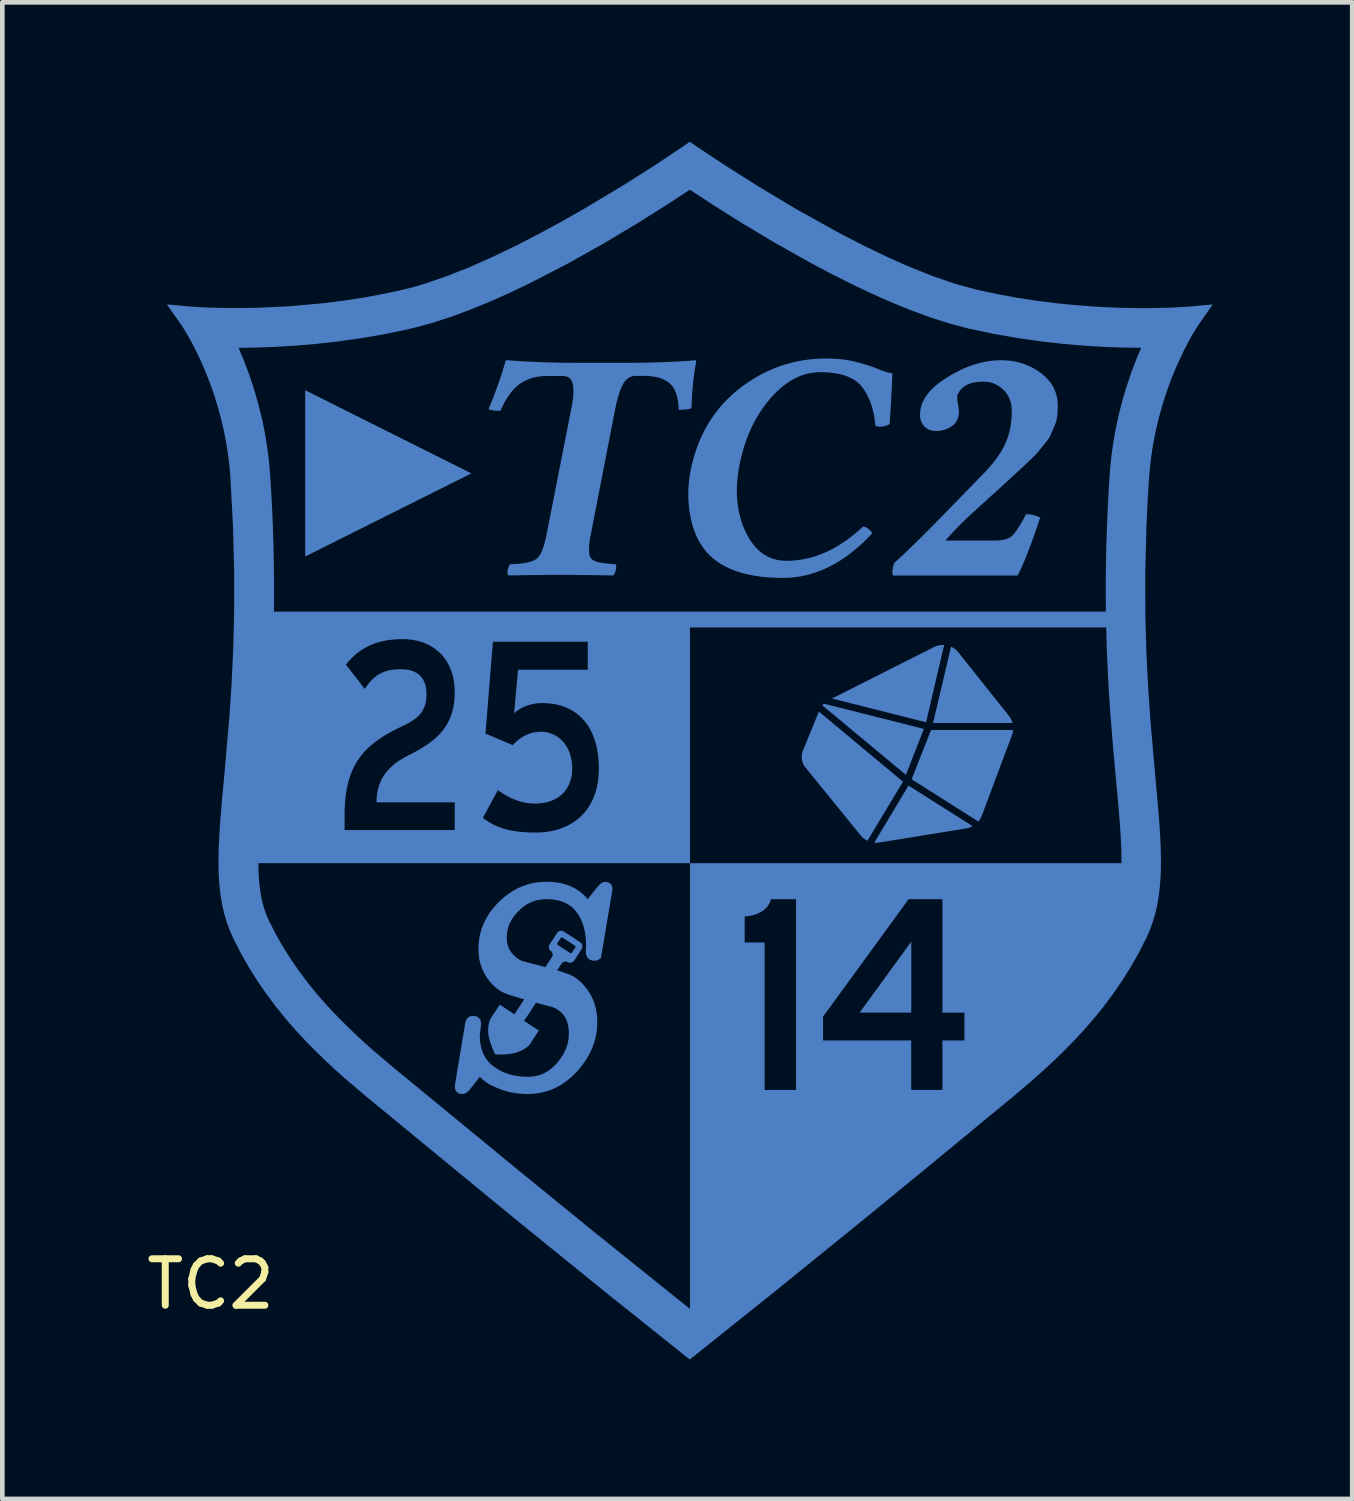
<source format=kicad_pcb>
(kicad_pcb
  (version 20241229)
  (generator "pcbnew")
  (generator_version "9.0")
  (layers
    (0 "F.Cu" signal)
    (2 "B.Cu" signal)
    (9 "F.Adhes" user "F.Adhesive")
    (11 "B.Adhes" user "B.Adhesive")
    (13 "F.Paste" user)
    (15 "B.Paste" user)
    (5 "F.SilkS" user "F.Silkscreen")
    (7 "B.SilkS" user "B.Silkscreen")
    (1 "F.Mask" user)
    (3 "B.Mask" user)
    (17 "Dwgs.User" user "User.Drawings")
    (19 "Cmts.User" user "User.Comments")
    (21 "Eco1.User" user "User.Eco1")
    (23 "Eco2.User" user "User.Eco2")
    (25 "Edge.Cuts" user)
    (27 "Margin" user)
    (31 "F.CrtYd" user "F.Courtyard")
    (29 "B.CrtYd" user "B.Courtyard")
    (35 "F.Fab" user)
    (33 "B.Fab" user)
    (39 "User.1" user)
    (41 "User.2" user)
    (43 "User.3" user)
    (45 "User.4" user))
  (footprint "TC2"
    (layer "F.Cu")
    (at 11.732 11.58)
    (property "Reference" "TC2" (at -10.25 13 0) (layer "F.SilkS") (effects (font (size 1 1) (thickness 0.15))))
    (attr exclude_from_pos_files exclude_from_bom allow_missing_courtyard)
    (fp_poly (pts (xy -4.64 -4.444) (xy -8.215 -2.656) (xy -8.215 -6.233)) (stroke (width -0.000001) (type solid)) (fill yes) (layer "B.Cu"))
    (fp_poly (pts (xy 4.826 7.158) (xy 3.715 7.158) (xy 4.826 5.631)) (stroke (width -0.000001) (type solid)) (fill yes) (layer "B.Cu"))
    (fp_poly (pts (xy 7.004 0.927) (xy 7.004 0.927) (xy 7.004 0.927)) (stroke (width -0.000001) (type solid)) (fill yes) (layer "B.Cu"))
    (fp_poly (pts (xy 5.096 1.054) (xy 4.71 2.043) (xy 2.911 0.546) (xy 2.943 0.511)) (stroke (width -0.000001) (type solid)) (fill yes) (layer "B.Cu"))
    (fp_poly (pts (xy 5.519 -0.752) (xy 5.533 -0.751) (xy 5.144 0.911) (xy 3.12 0.4) (xy 5.311 -0.706) (xy 5.324 -0.712) (xy 5.337 -0.719) (xy 5.35 -0.724) (xy 5.364 -0.729) (xy 5.378 -0.734) (xy 5.392 -0.738) (xy 5.406 -0.741) (xy 5.42 -0.744) (xy 5.434 -0.747) (xy 5.448 -0.749) (xy 5.462 -0.75) (xy 5.477 -0.751) (xy 5.491 -0.752) (xy 5.505 -0.752)) (stroke (width -0.000001) (type solid)) (fill yes) (layer "B.Cu"))
    (fp_poly (pts (xy 6.147 3.147) (xy 6.139 3.151) (xy 6.131 3.155) (xy 6.122 3.159) (xy 6.114 3.163) (xy 6.106 3.167) (xy 6.097 3.17) (xy 6.089 3.173) (xy 6.08 3.176) (xy 6.071 3.179) (xy 6.062 3.182) (xy 6.045 3.187) (xy 6.027 3.191) (xy 6.009 3.194) (xy 4.136 3.498) (xy 4.123 3.5) (xy 4.11 3.501) (xy 4.096 3.502) (xy 4.083 3.503) (xy 4.07 3.503) (xy 4.056 3.502) (xy 4.043 3.502) (xy 4.03 3.501) (xy 4.766 2.273)) (stroke (width -0.000001) (type solid)) (fill yes) (layer "B.Cu"))
    (fp_poly (pts (xy 7.015 1.092) (xy 7.013 1.107) (xy 7.01 1.121) (xy 7.007 1.135) (xy 7.004 1.149) (xy 7 1.163) (xy 6.995 1.177) (xy 6.991 1.191) (xy 6.343 2.922) (xy 6.339 2.93) (xy 6.335 2.939) (xy 6.332 2.948) (xy 6.328 2.956) (xy 6.324 2.964) (xy 6.319 2.972) (xy 6.315 2.98) (xy 6.31 2.988) (xy 6.306 2.995) (xy 6.301 3.003) (xy 6.296 3.01) (xy 6.291 3.018) (xy 6.285 3.025) (xy 6.28 3.032) (xy 6.274 3.039) (xy 6.268 3.046) (xy 4.834 2.138) (xy 5.245 1.091) (xy 5.255 1.093) (xy 5.26 1.077) (xy 7.017 1.077)) (stroke (width -0.000001) (type solid)) (fill yes) (layer "B.Cu"))
    (fp_poly (pts (xy 5.692 -0.709) (xy 5.704 -0.703) (xy 5.715 -0.697) (xy 5.726 -0.691) (xy 5.736 -0.685) (xy 5.747 -0.678) (xy 5.757 -0.671) (xy 5.767 -0.664) (xy 5.777 -0.656) (xy 5.787 -0.648) (xy 5.796 -0.64) (xy 5.806 -0.631) (xy 5.815 -0.622) (xy 5.823 -0.612) (xy 5.832 -0.602) (xy 5.84 -0.592) (xy 6.927 0.773) (xy 6.934 0.782) (xy 6.941 0.791) (xy 6.947 0.8) (xy 6.953 0.809) (xy 6.958 0.819) (xy 6.964 0.828) (xy 6.969 0.837) (xy 6.974 0.847) (xy 6.978 0.857) (xy 6.982 0.866) (xy 6.987 0.876) (xy 6.991 0.886) (xy 6.994 0.896) (xy 6.998 0.906) (xy 7.001 0.916) (xy 7.004 0.927) (xy 5.295 0.927) (xy 5.681 -0.714)) (stroke (width -0.000001) (type solid)) (fill yes) (layer "B.Cu"))
    (fp_poly (pts (xy 4.647 2.189) (xy 3.882 3.461) (xy 3.872 3.456) (xy 3.862 3.451) (xy 3.852 3.445) (xy 3.843 3.439) (xy 3.833 3.433) (xy 3.824 3.426) (xy 3.815 3.419) (xy 3.806 3.412) (xy 3.797 3.405) (xy 3.788 3.398) (xy 3.779 3.39) (xy 3.771 3.382) (xy 3.762 3.374) (xy 3.754 3.365) (xy 3.747 3.356) (xy 3.739 3.348) (xy 2.551 1.887) (xy 2.536 1.868) (xy 2.523 1.848) (xy 2.511 1.827) (xy 2.501 1.806) (xy 2.492 1.784) (xy 2.485 1.761) (xy 2.479 1.738) (xy 2.474 1.715) (xy 2.471 1.692) (xy 2.47 1.668) (xy 2.47 1.644) (xy 2.471 1.621) (xy 2.474 1.597) (xy 2.479 1.574) (xy 2.485 1.55) (xy 2.493 1.527) (xy 2.837 0.681)) (stroke (width -0.000001) (type solid)) (fill yes) (layer "B.Cu"))
    (fp_poly (pts (xy 3.08 -6.914) (xy 3.167 -6.911) (xy 3.252 -6.906) (xy 3.334 -6.898) (xy 3.413 -6.888) (xy 3.489 -6.875) (xy 3.562 -6.861) (xy 3.633 -6.844) (xy 3.701 -6.826) (xy 3.767 -6.808) (xy 3.829 -6.789) (xy 3.89 -6.771) (xy 3.947 -6.752) (xy 4.002 -6.733) (xy 4.054 -6.713) (xy 4.104 -6.693) (xy 4.152 -6.674) (xy 4.197 -6.657) (xy 4.239 -6.642) (xy 4.279 -6.629) (xy 4.318 -6.617) (xy 4.353 -6.608) (xy 4.387 -6.601) (xy 4.419 -6.595) (xy 4.405 -6.264) (xy 4.39 -5.972) (xy 4.374 -5.718) (xy 4.358 -5.503) (xy 4.337 -5.492) (xy 4.316 -5.483) (xy 4.296 -5.475) (xy 4.275 -5.468) (xy 4.255 -5.462) (xy 4.236 -5.457) (xy 4.216 -5.453) (xy 4.197 -5.451) (xy 4.178 -5.449) (xy 4.16 -5.449) (xy 4.141 -5.449) (xy 4.123 -5.451) (xy 4.106 -5.454) (xy 4.088 -5.458) (xy 4.071 -5.462) (xy 4.054 -5.468) (xy 4.047 -5.535) (xy 4.039 -5.601) (xy 4.029 -5.664) (xy 4.017 -5.725) (xy 4.004 -5.785) (xy 3.989 -5.843) (xy 3.973 -5.898) (xy 3.955 -5.953) (xy 3.935 -6.005) (xy 3.914 -6.055) (xy 3.892 -6.103) (xy 3.867 -6.15) (xy 3.842 -6.195) (xy 3.814 -6.238) (xy 3.785 -6.279) (xy 3.755 -6.318) (xy 3.739 -6.336) (xy 3.722 -6.355) (xy 3.705 -6.372) (xy 3.686 -6.389) (xy 3.667 -6.406) (xy 3.647 -6.421) (xy 3.627 -6.437) (xy 3.606 -6.451) (xy 3.561 -6.478) (xy 3.513 -6.503) (xy 3.462 -6.526) (xy 3.408 -6.546) (xy 3.351 -6.564) (xy 3.291 -6.579) (xy 3.228 -6.592) (xy 3.162 -6.603) (xy 3.093 -6.611) (xy 3.021 -6.617) (xy 2.946 -6.621) (xy 2.869 -6.622) (xy 2.795 -6.62) (xy 2.721 -6.613) (xy 2.649 -6.602) (xy 2.578 -6.586) (xy 2.507 -6.565) (xy 2.437 -6.541) (xy 2.368 -6.511) (xy 2.3 -6.477) (xy 2.233 -6.439) (xy 2.167 -6.396) (xy 2.101 -6.349) (xy 2.036 -6.297) (xy 1.972 -6.241) (xy 1.908 -6.18) (xy 1.846 -6.115) (xy 1.784 -6.045) (xy 1.724 -5.972) (xy 1.666 -5.897) (xy 1.611 -5.82) (xy 1.558 -5.741) (xy 1.509 -5.659) (xy 1.461 -5.576) (xy 1.417 -5.49) (xy 1.375 -5.403) (xy 1.335 -5.313) (xy 1.298 -5.221) (xy 1.264 -5.127) (xy 1.232 -5.031) (xy 1.203 -4.933) (xy 1.176 -4.833) (xy 1.152 -4.731) (xy 1.13 -4.627) (xy 1.112 -4.524) (xy 1.097 -4.422) (xy 1.085 -4.322) (xy 1.078 -4.224) (xy 1.073 -4.127) (xy 1.073 -4.032) (xy 1.076 -3.939) (xy 1.083 -3.847) (xy 1.093 -3.758) (xy 1.107 -3.67) (xy 1.124 -3.583) (xy 1.145 -3.498) (xy 1.17 -3.416) (xy 1.198 -3.334) (xy 1.23 -3.255) (xy 1.265 -3.177) (xy 1.303 -3.103) (xy 1.344 -3.033) (xy 1.387 -2.968) (xy 1.431 -2.908) (xy 1.478 -2.853) (xy 1.503 -2.827) (xy 1.528 -2.803) (xy 1.553 -2.779) (xy 1.579 -2.757) (xy 1.606 -2.736) (xy 1.633 -2.716) (xy 1.66 -2.698) (xy 1.688 -2.68) (xy 1.717 -2.664) (xy 1.746 -2.649) (xy 1.776 -2.636) (xy 1.807 -2.623) (xy 1.838 -2.612) (xy 1.869 -2.601) (xy 1.901 -2.592) (xy 1.934 -2.585) (xy 1.967 -2.578) (xy 2.001 -2.573) (xy 2.035 -2.569) (xy 2.07 -2.566) (xy 2.141 -2.563) (xy 2.248 -2.566) (xy 2.355 -2.575) (xy 2.461 -2.589) (xy 2.567 -2.609) (xy 2.672 -2.635) (xy 2.777 -2.667) (xy 2.88 -2.704) (xy 2.984 -2.747) (xy 3.086 -2.796) (xy 3.188 -2.851) (xy 3.29 -2.911) (xy 3.39 -2.977) (xy 3.49 -3.049) (xy 3.59 -3.127) (xy 3.689 -3.21) (xy 3.787 -3.299) (xy 3.794 -3.299) (xy 3.801 -3.298) (xy 3.808 -3.297) (xy 3.815 -3.296) (xy 3.822 -3.294) (xy 3.829 -3.292) (xy 3.837 -3.289) (xy 3.844 -3.287) (xy 3.852 -3.283) (xy 3.859 -3.279) (xy 3.867 -3.275) (xy 3.874 -3.271) (xy 3.882 -3.266) (xy 3.89 -3.261) (xy 3.898 -3.255) (xy 3.906 -3.248) (xy 3.913 -3.242) (xy 3.921 -3.236) (xy 3.928 -3.229) (xy 3.934 -3.223) (xy 3.941 -3.217) (xy 3.947 -3.211) (xy 3.952 -3.205) (xy 3.957 -3.199) (xy 3.962 -3.192) (xy 3.966 -3.186) (xy 3.97 -3.18) (xy 3.973 -3.174) (xy 3.976 -3.168) (xy 3.979 -3.162) (xy 3.981 -3.157) (xy 3.982 -3.151) (xy 3.87 -3.035) (xy 3.757 -2.926) (xy 3.643 -2.826) (xy 3.528 -2.732) (xy 3.412 -2.646) (xy 3.295 -2.568) (xy 3.176 -2.497) (xy 3.057 -2.434) (xy 2.937 -2.378) (xy 2.815 -2.33) (xy 2.693 -2.289) (xy 2.569 -2.255) (xy 2.445 -2.229) (xy 2.319 -2.21) (xy 2.192 -2.199) (xy 2.064 -2.195) (xy 1.937 -2.197) (xy 1.815 -2.202) (xy 1.696 -2.211) (xy 1.582 -2.223) (xy 1.471 -2.239) (xy 1.365 -2.258) (xy 1.263 -2.281) (xy 1.165 -2.307) (xy 1.072 -2.336) (xy 0.982 -2.369) (xy 0.897 -2.406) (xy 0.816 -2.445) (xy 0.738 -2.489) (xy 0.666 -2.536) (xy 0.597 -2.586) (xy 0.532 -2.64) (xy 0.492 -2.678) (xy 0.453 -2.718) (xy 0.416 -2.759) (xy 0.381 -2.802) (xy 0.347 -2.847) (xy 0.315 -2.893) (xy 0.284 -2.941) (xy 0.255 -2.991) (xy 0.228 -3.043) (xy 0.203 -3.096) (xy 0.179 -3.151) (xy 0.158 -3.207) (xy 0.137 -3.265) (xy 0.119 -3.325) (xy 0.103 -3.386) (xy 0.088 -3.45) (xy 0.074 -3.514) (xy 0.062 -3.578) (xy 0.052 -3.642) (xy 0.044 -3.707) (xy 0.037 -3.771) (xy 0.032 -3.836) (xy 0.029 -3.901) (xy 0.028 -3.965) (xy 0.028 -4.031) (xy 0.029 -4.096) (xy 0.033 -4.161) (xy 0.038 -4.226) (xy 0.045 -4.292) (xy 0.053 -4.358) (xy 0.063 -4.423) (xy 0.075 -4.489) (xy 0.104 -4.628) (xy 0.139 -4.763) (xy 0.178 -4.894) (xy 0.222 -5.022) (xy 0.271 -5.146) (xy 0.324 -5.266) (xy 0.383 -5.382) (xy 0.446 -5.495) (xy 0.514 -5.604) (xy 0.586 -5.71) (xy 0.664 -5.811) (xy 0.746 -5.91) (xy 0.833 -6.004) (xy 0.924 -6.095) (xy 1.021 -6.181) (xy 1.122 -6.265) (xy 1.227 -6.344) (xy 1.333 -6.417) (xy 1.441 -6.486) (xy 1.55 -6.549) (xy 1.661 -6.608) (xy 1.774 -6.661) (xy 1.889 -6.71) (xy 2.005 -6.753) (xy 2.122 -6.791) (xy 2.242 -6.824) (xy 2.362 -6.852) (xy 2.485 -6.875) (xy 2.609 -6.893) (xy 2.734 -6.905) (xy 2.862 -6.913) (xy 2.99 -6.916)) (stroke (width -0.000001) (type solid)) (fill yes) (layer "B.Cu"))
    (fp_poly (pts (xy 0.186 -6.879) (xy 0.187 -6.878) (xy 0.188 -6.878) (xy 0.189 -6.878) (xy 0.189 -6.878) (xy 0.19 -6.878) (xy 0.19 -6.877) (xy 0.191 -6.877) (xy 0.192 -6.877) (xy 0.192 -6.876) (xy 0.193 -6.876) (xy 0.193 -6.875) (xy 0.194 -6.875) (xy 0.194 -6.874) (xy 0.195 -6.874) (xy 0.195 -6.873) (xy 0.196 -6.872) (xy 0.196 -6.871) (xy 0.196 -6.871) (xy 0.197 -6.87) (xy 0.197 -6.869) (xy 0.197 -6.868) (xy 0.198 -6.867) (xy 0.198 -6.866) (xy 0.198 -6.865) (xy 0.198 -6.864) (xy 0.199 -6.863) (xy 0.199 -6.862) (xy 0.199 -6.861) (xy 0.199 -6.86) (xy 0.199 -6.859) (xy 0.199 -6.857) (xy 0.178 -6.741) (xy 0.16 -6.622) (xy 0.143 -6.5) (xy 0.129 -6.375) (xy 0.118 -6.247) (xy 0.108 -6.117) (xy 0.101 -5.983) (xy 0.096 -5.847) (xy 0.085 -5.842) (xy 0.074 -5.838) (xy 0.062 -5.835) (xy 0.049 -5.831) (xy 0.035 -5.828) (xy 0.02 -5.825) (xy 0.004 -5.823) (xy -0.013 -5.821) (xy -0.031 -5.819) (xy -0.049 -5.817) (xy -0.069 -5.815) (xy -0.089 -5.814) (xy -0.133 -5.813) (xy -0.179 -5.812) (xy -0.181 -5.861) (xy -0.184 -5.908) (xy -0.188 -5.953) (xy -0.194 -5.996) (xy -0.201 -6.038) (xy -0.209 -6.078) (xy -0.219 -6.115) (xy -0.23 -6.152) (xy -0.242 -6.186) (xy -0.256 -6.218) (xy -0.271 -6.249) (xy -0.287 -6.278) (xy -0.305 -6.305) (xy -0.325 -6.331) (xy -0.345 -6.354) (xy -0.367 -6.376) (xy -0.391 -6.396) (xy -0.416 -6.415) (xy -0.443 -6.432) (xy -0.472 -6.449) (xy -0.502 -6.464) (xy -0.534 -6.477) (xy -0.567 -6.49) (xy -0.602 -6.501) (xy -0.639 -6.511) (xy -0.677 -6.519) (xy -0.718 -6.526) (xy -0.759 -6.532) (xy -0.803 -6.537) (xy -0.848 -6.54) (xy -0.895 -6.542) (xy -0.944 -6.543) (xy -1.1 -6.543) (xy -1.122 -6.542) (xy -1.143 -6.54) (xy -1.163 -6.536) (xy -1.183 -6.532) (xy -1.202 -6.525) (xy -1.221 -6.518) (xy -1.239 -6.509) (xy -1.257 -6.499) (xy -1.274 -6.487) (xy -1.29 -6.474) (xy -1.306 -6.459) (xy -1.321 -6.443) (xy -1.335 -6.426) (xy -1.349 -6.407) (xy -1.363 -6.387) (xy -1.375 -6.365) (xy -1.388 -6.343) (xy -1.4 -6.319) (xy -1.411 -6.293) (xy -1.423 -6.266) (xy -1.434 -6.237) (xy -1.446 -6.207) (xy -1.457 -6.175) (xy -1.467 -6.141) (xy -1.478 -6.106) (xy -1.488 -6.07) (xy -1.509 -5.993) (xy -1.528 -5.91) (xy -1.547 -5.82) (xy -2.069 -3.135) (xy -2.079 -3.083) (xy -2.087 -3.034) (xy -2.095 -2.987) (xy -2.1 -2.943) (xy -2.105 -2.901) (xy -2.108 -2.862) (xy -2.109 -2.825) (xy -2.109 -2.791) (xy -2.107 -2.759) (xy -2.105 -2.73) (xy -2.1 -2.704) (xy -2.095 -2.68) (xy -2.088 -2.658) (xy -2.079 -2.639) (xy -2.069 -2.622) (xy -2.058 -2.608) (xy -2.052 -2.602) (xy -2.045 -2.596) (xy -2.037 -2.59) (xy -2.029 -2.584) (xy -2.02 -2.578) (xy -2.011 -2.573) (xy -1.99 -2.562) (xy -1.966 -2.553) (xy -1.94 -2.544) (xy -1.911 -2.536) (xy -1.88 -2.528) (xy -1.846 -2.521) (xy -1.81 -2.515) (xy -1.771 -2.51) (xy -1.73 -2.505) (xy -1.686 -2.501) (xy -1.64 -2.497) (xy -1.591 -2.494) (xy -1.539 -2.492) (xy -1.538 -2.489) (xy -1.536 -2.487) (xy -1.535 -2.485) (xy -1.533 -2.482) (xy -1.531 -2.477) (xy -1.528 -2.471) (xy -1.527 -2.465) (xy -1.525 -2.458) (xy -1.524 -2.451) (xy -1.524 -2.444) (xy -1.523 -2.436) (xy -1.523 -2.428) (xy -1.524 -2.419) (xy -1.525 -2.41) (xy -1.526 -2.401) (xy -1.527 -2.391) (xy -1.529 -2.381) (xy -1.531 -2.37) (xy -1.534 -2.359) (xy -1.537 -2.349) (xy -1.539 -2.339) (xy -1.542 -2.33) (xy -1.545 -2.321) (xy -1.549 -2.312) (xy -1.552 -2.304) (xy -1.555 -2.296) (xy -1.559 -2.289) (xy -1.562 -2.282) (xy -1.566 -2.275) (xy -1.57 -2.269) (xy -1.574 -2.263) (xy -1.578 -2.258) (xy -1.583 -2.253) (xy -1.587 -2.248) (xy -2.211 -2.258) (xy -2.725 -2.262) (xy -2.967 -2.261) (xy -3.235 -2.258) (xy -3.847 -2.248) (xy -3.848 -2.251) (xy -3.85 -2.253) (xy -3.853 -2.258) (xy -3.855 -2.263) (xy -3.858 -2.269) (xy -3.859 -2.275) (xy -3.861 -2.282) (xy -3.862 -2.289) (xy -3.863 -2.296) (xy -3.863 -2.304) (xy -3.863 -2.312) (xy -3.863 -2.32) (xy -3.863 -2.329) (xy -3.862 -2.338) (xy -3.861 -2.347) (xy -3.859 -2.357) (xy -3.857 -2.367) (xy -3.855 -2.378) (xy -3.853 -2.388) (xy -3.85 -2.397) (xy -3.848 -2.407) (xy -3.845 -2.415) (xy -3.842 -2.424) (xy -3.839 -2.432) (xy -3.836 -2.44) (xy -3.832 -2.448) (xy -3.829 -2.455) (xy -3.825 -2.462) (xy -3.821 -2.468) (xy -3.817 -2.474) (xy -3.813 -2.479) (xy -3.809 -2.484) (xy -3.804 -2.489) (xy -3.701 -2.494) (xy -3.607 -2.501) (xy -3.563 -2.506) (xy -3.522 -2.511) (xy -3.483 -2.518) (xy -3.447 -2.525) (xy -3.413 -2.532) (xy -3.381 -2.541) (xy -3.351 -2.55) (xy -3.324 -2.559) (xy -3.299 -2.57) (xy -3.276 -2.581) (xy -3.256 -2.593) (xy -3.238 -2.606) (xy -3.23 -2.612) (xy -3.221 -2.62) (xy -3.213 -2.628) (xy -3.205 -2.636) (xy -3.189 -2.655) (xy -3.174 -2.677) (xy -3.159 -2.701) (xy -3.145 -2.728) (xy -3.13 -2.757) (xy -3.117 -2.788) (xy -3.103 -2.823) (xy -3.09 -2.859) (xy -3.078 -2.898) (xy -3.066 -2.94) (xy -3.054 -2.984) (xy -3.043 -3.031) (xy -3.032 -3.08) (xy -3.021 -3.132) (xy -2.489 -5.839) (xy -2.474 -5.918) (xy -2.462 -5.993) (xy -2.452 -6.063) (xy -2.446 -6.129) (xy -2.443 -6.191) (xy -2.443 -6.22) (xy -2.444 -6.249) (xy -2.445 -6.276) (xy -2.448 -6.302) (xy -2.451 -6.328) (xy -2.455 -6.352) (xy -2.46 -6.375) (xy -2.466 -6.396) (xy -2.47 -6.406) (xy -2.473 -6.416) (xy -2.477 -6.425) (xy -2.482 -6.434) (xy -2.486 -6.442) (xy -2.491 -6.451) (xy -2.496 -6.459) (xy -2.502 -6.466) (xy -2.508 -6.473) (xy -2.514 -6.48) (xy -2.52 -6.487) (xy -2.527 -6.493) (xy -2.534 -6.498) (xy -2.541 -6.504) (xy -2.548 -6.509) (xy -2.556 -6.513) (xy -2.564 -6.517) (xy -2.572 -6.521) (xy -2.581 -6.525) (xy -2.59 -6.528) (xy -2.599 -6.531) (xy -2.609 -6.533) (xy -2.618 -6.535) (xy -2.629 -6.537) (xy -2.639 -6.538) (xy -2.65 -6.539) (xy -2.661 -6.54) (xy -2.672 -6.54) (xy -3.008 -6.54) (xy -3.051 -6.539) (xy -3.093 -6.537) (xy -3.134 -6.534) (xy -3.174 -6.529) (xy -3.214 -6.524) (xy -3.252 -6.516) (xy -3.29 -6.508) (xy -3.327 -6.498) (xy -3.364 -6.487) (xy -3.399 -6.474) (xy -3.434 -6.46) (xy -3.468 -6.445) (xy -3.501 -6.428) (xy -3.533 -6.41) (xy -3.565 -6.391) (xy -3.595 -6.371) (xy -3.625 -6.348) (xy -3.655 -6.324) (xy -3.684 -6.298) (xy -3.712 -6.27) (xy -3.74 -6.241) (xy -3.768 -6.209) (xy -3.795 -6.176) (xy -3.821 -6.14) (xy -3.847 -6.103) (xy -3.872 -6.064) (xy -3.897 -6.023) (xy -3.922 -5.981) (xy -3.945 -5.936) (xy -3.968 -5.89) (xy -3.991 -5.841) (xy -4.013 -5.791) (xy -4.056 -5.792) (xy -4.095 -5.793) (xy -4.132 -5.796) (xy -4.165 -5.799) (xy -4.196 -5.804) (xy -4.21 -5.807) (xy -4.224 -5.81) (xy -4.237 -5.813) (xy -4.248 -5.817) (xy -4.26 -5.821) (xy -4.27 -5.826) (xy -4.215 -5.961) (xy -4.162 -6.094) (xy -4.113 -6.225) (xy -4.066 -6.355) (xy -4.021 -6.483) (xy -3.98 -6.61) (xy -3.941 -6.734) (xy -3.905 -6.857) (xy -3.905 -6.859) (xy -3.905 -6.86) (xy -3.904 -6.861) (xy -3.904 -6.862) (xy -3.904 -6.863) (xy -3.903 -6.864) (xy -3.903 -6.865) (xy -3.902 -6.866) (xy -3.902 -6.867) (xy -3.901 -6.868) (xy -3.9 -6.869) (xy -3.899 -6.87) (xy -3.898 -6.871) (xy -3.897 -6.871) (xy -3.896 -6.872) (xy -3.895 -6.873) (xy -3.894 -6.874) (xy -3.893 -6.874) (xy -3.891 -6.875) (xy -3.89 -6.875) (xy -3.888 -6.876) (xy -3.887 -6.876) (xy -3.885 -6.877) (xy -3.884 -6.877) (xy -3.882 -6.877) (xy -3.88 -6.878) (xy -3.878 -6.878) (xy -3.876 -6.878) (xy -3.874 -6.878) (xy -3.872 -6.878) (xy -3.87 -6.879) (xy -3.868 -6.879) (xy -3.695 -6.866) (xy -3.515 -6.854) (xy -3.329 -6.845) (xy -3.136 -6.837) (xy -2.731 -6.826) (xy -2.301 -6.823) (xy -1.346 -6.823) (xy -0.908 -6.826) (xy -0.507 -6.837) (xy -0.142 -6.854) (xy 0.026 -6.866) (xy 0.186 -6.879)) (stroke (width -0.000001) (type solid)) (fill yes) (layer "B.Cu"))
    (fp_poly (pts (xy 6.818 -6.878) (xy 6.877 -6.874) (xy 6.936 -6.869) (xy 6.993 -6.862) (xy 7.05 -6.852) (xy 7.105 -6.84) (xy 7.16 -6.827) (xy 7.214 -6.811) (xy 7.267 -6.793) (xy 7.318 -6.772) (xy 7.369 -6.75) (xy 7.419 -6.726) (xy 7.469 -6.699) (xy 7.517 -6.67) (xy 7.564 -6.639) (xy 7.61 -6.606) (xy 7.654 -6.571) (xy 7.696 -6.535) (xy 7.734 -6.498) (xy 7.77 -6.46) (xy 7.803 -6.42) (xy 7.833 -6.379) (xy 7.861 -6.338) (xy 7.885 -6.294) (xy 7.907 -6.25) (xy 7.925 -6.205) (xy 7.941 -6.158) (xy 7.954 -6.11) (xy 7.965 -6.061) (xy 7.972 -6.011) (xy 7.976 -5.96) (xy 7.978 -5.908) (xy 7.977 -5.849) (xy 7.976 -5.82) (xy 7.975 -5.792) (xy 7.974 -5.765) (xy 7.972 -5.738) (xy 7.97 -5.711) (xy 7.967 -5.685) (xy 7.964 -5.659) (xy 7.959 -5.633) (xy 7.954 -5.607) (xy 7.947 -5.58) (xy 7.939 -5.553) (xy 7.93 -5.526) (xy 7.92 -5.499) (xy 7.909 -5.471) (xy 7.866 -5.371) (xy 7.847 -5.328) (xy 7.839 -5.308) (xy 7.832 -5.288) (xy 7.828 -5.279) (xy 7.824 -5.27) (xy 7.819 -5.26) (xy 7.814 -5.249) (xy 7.808 -5.238) (xy 7.801 -5.227) (xy 7.794 -5.215) (xy 7.786 -5.203) (xy 7.778 -5.191) (xy 7.77 -5.178) (xy 7.75 -5.151) (xy 7.729 -5.123) (xy 7.705 -5.093) (xy 7.557 -4.91) (xy 7.551 -4.902) (xy 7.543 -4.894) (xy 7.526 -4.875) (xy 7.506 -4.853) (xy 7.482 -4.828) (xy 7.454 -4.801) (xy 7.423 -4.771) (xy 7.389 -4.737) (xy 7.351 -4.701) (xy 7.215 -4.572) (xy 7.164 -4.524) (xy 7.123 -4.487) (xy 7.078 -4.447) (xy 7.016 -4.389) (xy 6.936 -4.316) (xy 6.837 -4.225) (xy 6.737 -4.133) (xy 6.651 -4.055) (xy 6.522 -3.939) (xy 6.112 -3.566) (xy 6.044 -3.502) (xy 5.975 -3.437) (xy 5.906 -3.369) (xy 5.837 -3.299) (xy 5.768 -3.227) (xy 5.698 -3.153) (xy 5.629 -3.077) (xy 5.559 -3) (xy 6.631 -3) (xy 6.661 -3) (xy 6.69 -3.001) (xy 6.718 -3.003) (xy 6.745 -3.006) (xy 6.771 -3.009) (xy 6.796 -3.013) (xy 6.819 -3.018) (xy 6.842 -3.023) (xy 6.863 -3.029) (xy 6.884 -3.036) (xy 6.903 -3.044) (xy 6.922 -3.052) (xy 6.939 -3.061) (xy 6.956 -3.071) (xy 6.971 -3.081) (xy 6.985 -3.092) (xy 7 -3.105) (xy 7.015 -3.12) (xy 7.03 -3.137) (xy 7.046 -3.156) (xy 7.063 -3.178) (xy 7.081 -3.202) (xy 7.099 -3.228) (xy 7.118 -3.257) (xy 7.138 -3.288) (xy 7.158 -3.321) (xy 7.18 -3.356) (xy 7.201 -3.393) (xy 7.224 -3.433) (xy 7.247 -3.475) (xy 7.271 -3.519) (xy 7.295 -3.566) (xy 7.316 -3.566) (xy 7.336 -3.565) (xy 7.356 -3.563) (xy 7.376 -3.561) (xy 7.396 -3.559) (xy 7.416 -3.556) (xy 7.435 -3.552) (xy 7.454 -3.548) (xy 7.473 -3.543) (xy 7.492 -3.537) (xy 7.51 -3.531) (xy 7.528 -3.525) (xy 7.546 -3.517) (xy 7.564 -3.51) (xy 7.582 -3.501) (xy 7.599 -3.492) (xy 7.533 -3.294) (xy 7.468 -3.107) (xy 7.405 -2.933) (xy 7.343 -2.772) (xy 7.284 -2.622) (xy 7.226 -2.484) (xy 7.17 -2.359) (xy 7.115 -2.246) (xy 4.435 -2.246) (xy 4.432 -2.251) (xy 4.43 -2.256) (xy 4.427 -2.263) (xy 4.425 -2.269) (xy 4.424 -2.276) (xy 4.422 -2.283) (xy 4.421 -2.291) (xy 4.421 -2.299) (xy 4.42 -2.307) (xy 4.42 -2.316) (xy 4.42 -2.325) (xy 4.42 -2.334) (xy 4.421 -2.344) (xy 4.422 -2.354) (xy 4.423 -2.365) (xy 4.424 -2.375) (xy 4.428 -2.397) (xy 4.431 -2.417) (xy 4.435 -2.437) (xy 4.44 -2.456) (xy 4.445 -2.474) (xy 4.451 -2.491) (xy 4.454 -2.499) (xy 4.457 -2.506) (xy 4.461 -2.514) (xy 4.464 -2.521) (xy 4.588 -2.635) (xy 4.723 -2.761) (xy 4.868 -2.901) (xy 5.025 -3.055) (xy 5.191 -3.221) (xy 5.369 -3.4) (xy 5.758 -3.799) (xy 6.38 -4.439) (xy 6.42 -4.481) (xy 6.459 -4.523) (xy 6.496 -4.564) (xy 6.532 -4.606) (xy 6.567 -4.647) (xy 6.6 -4.688) (xy 6.631 -4.728) (xy 6.661 -4.769) (xy 6.69 -4.809) (xy 6.717 -4.848) (xy 6.742 -4.888) (xy 6.767 -4.927) (xy 6.789 -4.966) (xy 6.81 -5.005) (xy 6.83 -5.044) (xy 6.848 -5.082) (xy 6.865 -5.121) (xy 6.88 -5.16) (xy 6.895 -5.2) (xy 6.909 -5.24) (xy 6.921 -5.282) (xy 6.933 -5.324) (xy 6.943 -5.366) (xy 6.953 -5.409) (xy 6.961 -5.453) (xy 6.968 -5.498) (xy 6.974 -5.543) (xy 6.979 -5.59) (xy 6.983 -5.636) (xy 6.986 -5.684) (xy 6.988 -5.732) (xy 6.988 -5.781) (xy 6.987 -5.816) (xy 6.985 -5.85) (xy 6.982 -5.884) (xy 6.977 -5.916) (xy 6.971 -5.948) (xy 6.963 -5.979) (xy 6.954 -6.009) (xy 6.944 -6.039) (xy 6.932 -6.067) (xy 6.919 -6.094) (xy 6.905 -6.121) (xy 6.889 -6.147) (xy 6.871 -6.172) (xy 6.853 -6.196) (xy 6.832 -6.219) (xy 6.811 -6.241) (xy 6.788 -6.262) (xy 6.765 -6.282) (xy 6.741 -6.3) (xy 6.717 -6.318) (xy 6.692 -6.334) (xy 6.667 -6.348) (xy 6.641 -6.361) (xy 6.614 -6.373) (xy 6.587 -6.384) (xy 6.56 -6.393) (xy 6.532 -6.401) (xy 6.503 -6.407) (xy 6.473 -6.412) (xy 6.444 -6.415) (xy 6.413 -6.417) (xy 6.382 -6.418) (xy 6.332 -6.417) (xy 6.284 -6.414) (xy 6.238 -6.41) (xy 6.194 -6.403) (xy 6.153 -6.395) (xy 6.114 -6.385) (xy 6.077 -6.373) (xy 6.042 -6.359) (xy 6.01 -6.343) (xy 5.98 -6.325) (xy 5.952 -6.306) (xy 5.926 -6.284) (xy 5.903 -6.261) (xy 5.881 -6.236) (xy 5.862 -6.209) (xy 5.845 -6.18) (xy 5.842 -6.176) (xy 5.839 -6.172) (xy 5.836 -6.168) (xy 5.834 -6.163) (xy 5.831 -6.159) (xy 5.829 -6.154) (xy 5.827 -6.149) (xy 5.825 -6.143) (xy 5.821 -6.132) (xy 5.819 -6.12) (xy 5.816 -6.107) (xy 5.815 -6.093) (xy 5.814 -6.078) (xy 5.814 -6.062) (xy 5.815 -6.046) (xy 5.816 -6.028) (xy 5.817 -6.01) (xy 5.82 -5.991) (xy 5.823 -5.971) (xy 5.827 -5.95) (xy 5.834 -5.909) (xy 5.84 -5.87) (xy 5.845 -5.834) (xy 5.848 -5.801) (xy 5.849 -5.77) (xy 5.85 -5.742) (xy 5.849 -5.729) (xy 5.848 -5.716) (xy 5.847 -5.704) (xy 5.845 -5.693) (xy 5.841 -5.673) (xy 5.835 -5.653) (xy 5.829 -5.634) (xy 5.822 -5.615) (xy 5.814 -5.597) (xy 5.806 -5.58) (xy 5.796 -5.563) (xy 5.786 -5.547) (xy 5.774 -5.531) (xy 5.762 -5.517) (xy 5.749 -5.502) (xy 5.735 -5.489) (xy 5.72 -5.476) (xy 5.704 -5.464) (xy 5.688 -5.453) (xy 5.67 -5.442) (xy 5.653 -5.432) (xy 5.635 -5.422) (xy 5.617 -5.413) (xy 5.599 -5.405) (xy 5.58 -5.398) (xy 5.561 -5.391) (xy 5.542 -5.384) (xy 5.522 -5.379) (xy 5.502 -5.374) (xy 5.482 -5.369) (xy 5.462 -5.366) (xy 5.441 -5.363) (xy 5.42 -5.36) (xy 5.399 -5.359) (xy 5.377 -5.358) (xy 5.356 -5.357) (xy 5.336 -5.358) (xy 5.317 -5.359) (xy 5.298 -5.361) (xy 5.28 -5.364) (xy 5.263 -5.367) (xy 5.246 -5.372) (xy 5.229 -5.377) (xy 5.213 -5.383) (xy 5.198 -5.389) (xy 5.183 -5.397) (xy 5.168 -5.405) (xy 5.154 -5.414) (xy 5.141 -5.424) (xy 5.128 -5.434) (xy 5.116 -5.446) (xy 5.104 -5.458) (xy 5.093 -5.471) (xy 5.083 -5.484) (xy 5.073 -5.498) (xy 5.065 -5.511) (xy 5.056 -5.525) (xy 5.049 -5.54) (xy 5.042 -5.554) (xy 5.036 -5.569) (xy 5.031 -5.584) (xy 5.027 -5.599) (xy 5.023 -5.615) (xy 5.02 -5.63) (xy 5.017 -5.646) (xy 5.016 -5.663) (xy 5.015 -5.679) (xy 5.014 -5.696) (xy 5.015 -5.73) (xy 5.017 -5.765) (xy 5.021 -5.799) (xy 5.026 -5.833) (xy 5.034 -5.866) (xy 5.043 -5.899) (xy 5.054 -5.932) (xy 5.067 -5.965) (xy 5.081 -5.997) (xy 5.098 -6.03) (xy 5.116 -6.061) (xy 5.135 -6.093) (xy 5.157 -6.124) (xy 5.18 -6.156) (xy 5.205 -6.186) (xy 5.232 -6.217) (xy 5.26 -6.247) (xy 5.291 -6.278) (xy 5.357 -6.337) (xy 5.429 -6.396) (xy 5.509 -6.453) (xy 5.596 -6.51) (xy 5.69 -6.566) (xy 5.79 -6.621) (xy 5.898 -6.675) (xy 5.952 -6.699) (xy 6.005 -6.722) (xy 6.059 -6.744) (xy 6.113 -6.764) (xy 6.167 -6.782) (xy 6.22 -6.799) (xy 6.274 -6.814) (xy 6.328 -6.827) (xy 6.382 -6.839) (xy 6.436 -6.85) (xy 6.489 -6.858) (xy 6.543 -6.866) (xy 6.597 -6.871) (xy 6.651 -6.875) (xy 6.704 -6.878) (xy 6.758 -6.879)) (stroke (width -0.000001) (type solid)) (fill yes) (layer "B.Cu"))
    (fp_poly (pts (xy 0.202 -11.482) (xy 0.825 -11.068) (xy 1.499 -10.642) (xy 2.338 -10.138) (xy 3.288 -9.61) (xy 3.786 -9.353) (xy 4.291 -9.109) (xy 4.795 -8.885) (xy 5.291 -8.688) (xy 5.772 -8.523) (xy 6.231 -8.397) (xy 6.675 -8.302) (xy 7.111 -8.222) (xy 7.536 -8.157) (xy 7.946 -8.105) (xy 8.341 -8.066) (xy 8.716 -8.037) (xy 9.069 -8.017) (xy 9.397 -8.005) (xy 9.697 -8) (xy 9.967 -8) (xy 10.404 -8.01) (xy 10.79 -8.032) (xy 11.314 -8.08) (xy 11.01 -7.648) (xy 10.857 -7.401) (xy 10.702 -7.111) (xy 10.522 -6.723) (xy 10.428 -6.494) (xy 10.336 -6.244) (xy 10.246 -5.973) (xy 10.163 -5.682) (xy 10.089 -5.373) (xy 10.025 -5.047) (xy 9.975 -4.704) (xy 9.941 -4.346) (xy 9.909 -3.812) (xy 9.886 -3.297) (xy 9.861 -2.326) (xy 9.862 -1.429) (xy 9.884 -0.603) (xy 9.922 0.157) (xy 9.97 0.854) (xy 10.076 2.075) (xy 10.127 2.632) (xy 10.168 3.144) (xy 10.183 3.385) (xy 10.193 3.617) (xy 10.198 3.84) (xy 10.197 4.055) (xy 10.189 4.262) (xy 10.173 4.463) (xy 10.15 4.656) (xy 10.117 4.844) (xy 10.075 5.027) (xy 10.023 5.205) (xy 9.96 5.379) (xy 9.885 5.549) (xy 9.72 5.873) (xy 9.544 6.183) (xy 9.359 6.478) (xy 9.164 6.76) (xy 8.963 7.029) (xy 8.755 7.286) (xy 8.541 7.531) (xy 8.324 7.765) (xy 8.104 7.989) (xy 7.883 8.204) (xy 7.66 8.409) (xy 7.439 8.606) (xy 7.002 8.978) (xy 6.581 9.325) (xy 6.5 9.39) (xy 6.421 9.455) (xy 6.266 9.584) (xy 4.957 10.663) (xy 3.781 11.626) (xy 1.876 13.17) (xy 0.209 14.502) (xy 0.059 14.621) (xy -0.092 14.502) (xy -1.759 13.17) (xy -3.664 11.626) (xy -6.148 9.584) (xy -6.225 9.52) (xy -6.303 9.455) (xy -6.382 9.39) (xy -6.463 9.325) (xy -6.885 8.978) (xy -7.323 8.606) (xy -7.545 8.409) (xy -7.767 8.204) (xy -7.989 7.989) (xy -8.209 7.765) (xy -8.426 7.531) (xy -8.639 7.286) (xy -8.847 7.029) (xy -9.048 6.76) (xy -9.242 6.478) (xy -9.428 6.183) (xy -9.603 5.873) (xy -9.768 5.549) (xy -9.843 5.379) (xy -9.906 5.205) (xy -9.958 5.027) (xy -10 4.845) (xy -10.033 4.657) (xy -10.056 4.463) (xy -10.072 4.263) (xy -10.08 4.056) (xy -10.08 3.943) (xy -9.223 3.943) (xy -9.219 4.123) (xy -9.215 4.21) (xy -9.209 4.296) (xy -9.202 4.379) (xy -9.193 4.46) (xy -9.182 4.54) (xy -9.17 4.618) (xy -9.155 4.694) (xy -9.139 4.768) (xy -9.12 4.841) (xy -9.1 4.912) (xy -9.077 4.981) (xy -9.052 5.049) (xy -9.025 5.116) (xy -8.995 5.181) (xy -8.846 5.474) (xy -8.685 5.755) (xy -8.515 6.024) (xy -8.336 6.281) (xy -8.15 6.528) (xy -7.957 6.764) (xy -7.759 6.99) (xy -7.556 7.207) (xy -7.351 7.415) (xy -7.144 7.615) (xy -6.936 7.807) (xy -6.728 7.991) (xy -6.317 8.34) (xy -5.921 8.666) (xy -5.758 8.799) (xy -5.601 8.928) (xy -3.648 10.534) (xy -2.023 11.857) (xy 0.064 13.534) (xy 0.064 5.089) (xy 1.241 5.089) (xy 1.241 5.649) (xy 1.67 5.649) (xy 1.67 8.822) (xy 2.347 8.822) (xy 2.347 7.245) (xy 2.927 7.245) (xy 2.927 7.758) (xy 4.824 7.758) (xy 4.824 8.822) (xy 5.496 8.822) (xy 5.496 7.758) (xy 5.969 7.758) (xy 5.969 7.16) (xy 5.496 7.16) (xy 5.496 4.718) (xy 4.768 4.718) (xy 2.927 7.245) (xy 2.347 7.245) (xy 2.347 4.718) (xy 1.805 4.718) (xy 1.799 4.739) (xy 1.793 4.759) (xy 1.786 4.778) (xy 1.777 4.797) (xy 1.768 4.816) (xy 1.758 4.833) (xy 1.747 4.851) (xy 1.735 4.868) (xy 1.709 4.899) (xy 1.679 4.929) (xy 1.647 4.956) (xy 1.611 4.981) (xy 1.573 5.003) (xy 1.532 5.023) (xy 1.489 5.04) (xy 1.444 5.055) (xy 1.396 5.068) (xy 1.346 5.077) (xy 1.295 5.084) (xy 1.241 5.089) (xy 0.064 5.089) (xy 0.064 3.943) (xy 9.348 3.943) (xy 9.347 3.753) (xy 9.342 3.554) (xy 9.331 3.346) (xy 9.317 3.128) (xy 9.279 2.661) (xy 9.232 2.152) (xy 9.168 1.454) (xy 9.106 0.679) (xy 9.078 0.26) (xy 9.054 -0.18) (xy 9.034 -0.643) (xy 9.02 -1.129) (xy 0.064 -1.129) (xy 0.064 3.943) (xy -9.223 3.943) (xy -10.08 3.943) (xy -10.081 3.841) (xy -10.076 3.618) (xy -10.051 3.145) (xy -10.032 2.908) (xy -7.368 2.908) (xy -7.368 3.231) (xy -4.998 3.231) (xy -4.998 2.969) (xy -4.392 2.969) (xy -4.343 3.004) (xy -4.294 3.037) (xy -4.243 3.069) (xy -4.19 3.099) (xy -4.134 3.127) (xy -4.076 3.153) (xy -4.014 3.176) (xy -3.949 3.198) (xy -3.88 3.218) (xy -3.807 3.235) (xy -3.729 3.249) (xy -3.646 3.262) (xy -3.558 3.271) (xy -3.464 3.278) (xy -3.363 3.283) (xy -3.257 3.284) (xy -3.184 3.283) (xy -3.112 3.279) (xy -3.042 3.272) (xy -2.973 3.262) (xy -2.906 3.25) (xy -2.84 3.234) (xy -2.776 3.217) (xy -2.714 3.196) (xy -2.653 3.173) (xy -2.594 3.147) (xy -2.537 3.118) (xy -2.482 3.087) (xy -2.429 3.053) (xy -2.378 3.016) (xy -2.329 2.977) (xy -2.283 2.935) (xy -2.239 2.89) (xy -2.197 2.843) (xy -2.157 2.793) (xy -2.12 2.74) (xy -2.086 2.685) (xy -2.054 2.627) (xy -2.025 2.567) (xy -1.999 2.504) (xy -1.976 2.438) (xy -1.955 2.37) (xy -1.937 2.3) (xy -1.923 2.226) (xy -1.911 2.151) (xy -1.903 2.072) (xy -1.898 1.992) (xy -1.897 1.908) (xy -1.898 1.826) (xy -1.902 1.746) (xy -1.908 1.669) (xy -1.917 1.593) (xy -1.929 1.52) (xy -1.943 1.449) (xy -1.96 1.38) (xy -1.979 1.314) (xy -2 1.25) (xy -2.024 1.188) (xy -2.05 1.129) (xy -2.079 1.073) (xy -2.11 1.018) (xy -2.143 0.967) (xy -2.179 0.917) (xy -2.217 0.871) (xy -2.257 0.827) (xy -2.299 0.785) (xy -2.344 0.747) (xy -2.391 0.711) (xy -2.44 0.677) (xy -2.491 0.647) (xy -2.544 0.619) (xy -2.6 0.594) (xy -2.657 0.572) (xy -2.717 0.552) (xy -2.778 0.536) (xy -2.842 0.522) (xy -2.908 0.512) (xy -2.975 0.504) (xy -3.045 0.5) (xy -3.116 0.498) (xy -3.156 0.499) (xy -3.196 0.501) (xy -3.236 0.505) (xy -3.276 0.511) (xy -3.316 0.518) (xy -3.356 0.527) (xy -3.396 0.538) (xy -3.435 0.55) (xy -3.474 0.565) (xy -3.512 0.581) (xy -3.549 0.599) (xy -3.586 0.619) (xy -3.621 0.64) (xy -3.655 0.664) (xy -3.688 0.69) (xy -3.72 0.718) (xy -3.635 -0.219) (xy -2.135 -0.219) (xy -2.135 -0.822) (xy -4.177 -0.822) (xy -4.336 1.154) (xy -3.749 1.403) (xy -3.714 1.366) (xy -3.678 1.332) (xy -3.642 1.301) (xy -3.606 1.272) (xy -3.569 1.246) (xy -3.532 1.222) (xy -3.494 1.201) (xy -3.456 1.182) (xy -3.418 1.166) (xy -3.379 1.152) (xy -3.341 1.14) (xy -3.302 1.131) (xy -3.263 1.124) (xy -3.224 1.119) (xy -3.185 1.116) (xy -3.145 1.115) (xy -3.113 1.115) (xy -3.081 1.118) (xy -3.049 1.122) (xy -3.018 1.127) (xy -2.987 1.134) (xy -2.956 1.143) (xy -2.925 1.153) (xy -2.895 1.165) (xy -2.866 1.178) (xy -2.837 1.193) (xy -2.809 1.209) (xy -2.781 1.227) (xy -2.755 1.247) (xy -2.729 1.268) (xy -2.704 1.29) (xy -2.68 1.314) (xy -2.657 1.34) (xy -2.635 1.367) (xy -2.614 1.396) (xy -2.595 1.426) (xy -2.576 1.457) (xy -2.559 1.49) (xy -2.543 1.525) (xy -2.529 1.561) (xy -2.516 1.599) (xy -2.505 1.638) (xy -2.495 1.678) (xy -2.486 1.72) (xy -2.48 1.764) (xy -2.475 1.809) (xy -2.472 1.855) (xy -2.471 1.903) (xy -2.472 1.949) (xy -2.475 1.993) (xy -2.479 2.037) (xy -2.486 2.078) (xy -2.495 2.119) (xy -2.505 2.158) (xy -2.517 2.195) (xy -2.531 2.231) (xy -2.546 2.266) (xy -2.563 2.299) (xy -2.582 2.331) (xy -2.602 2.361) (xy -2.624 2.39) (xy -2.647 2.417) (xy -2.671 2.443) (xy -2.697 2.468) (xy -2.725 2.491) (xy -2.753 2.513) (xy -2.783 2.533) (xy -2.814 2.551) (xy -2.846 2.569) (xy -2.88 2.584) (xy -2.914 2.599) (xy -2.95 2.611) (xy -2.986 2.623) (xy -3.024 2.632) (xy -3.062 2.641) (xy -3.101 2.648) (xy -3.183 2.657) (xy -3.267 2.66) (xy -3.315 2.659) (xy -3.363 2.656) (xy -3.411 2.651) (xy -3.459 2.644) (xy -3.508 2.635) (xy -3.556 2.624) (xy -3.606 2.61) (xy -3.655 2.594) (xy -3.705 2.575) (xy -3.755 2.554) (xy -3.806 2.531) (xy -3.858 2.505) (xy -3.91 2.476) (xy -3.962 2.444) (xy -4.015 2.409) (xy -4.069 2.371) (xy -4.392 2.969) (xy -4.998 2.969) (xy -4.998 2.633) (xy -6.68 2.633) (xy -6.678 2.554) (xy -6.671 2.476) (xy -6.66 2.402) (xy -6.643 2.329) (xy -6.633 2.294) (xy -6.622 2.259) (xy -6.609 2.225) (xy -6.596 2.191) (xy -6.58 2.158) (xy -6.564 2.126) (xy -6.546 2.094) (xy -6.526 2.063) (xy -6.506 2.032) (xy -6.484 2.002) (xy -6.46 1.972) (xy -6.435 1.943) (xy -6.408 1.914) (xy -6.38 1.886) (xy -6.351 1.858) (xy -6.32 1.831) (xy -6.287 1.805) (xy -6.253 1.779) (xy -6.18 1.728) (xy -6.1 1.68) (xy -6.014 1.633) (xy -5.907 1.579) (xy -5.804 1.523) (xy -5.706 1.465) (xy -5.611 1.405) (xy -5.522 1.342) (xy -5.439 1.275) (xy -5.361 1.204) (xy -5.289 1.128) (xy -5.256 1.088) (xy -5.224 1.046) (xy -5.195 1.003) (xy -5.167 0.959) (xy -5.141 0.912) (xy -5.117 0.864) (xy -5.095 0.814) (xy -5.075 0.762) (xy -5.057 0.708) (xy -5.042 0.652) (xy -5.029 0.594) (xy -5.018 0.533) (xy -5.009 0.471) (xy -5.003 0.406) (xy -4.999 0.338) (xy -4.998 0.268) (xy -4.999 0.201) (xy -5.003 0.135) (xy -5.01 0.071) (xy -5.019 0.01) (xy -5.031 -0.05) (xy -5.045 -0.108) (xy -5.062 -0.164) (xy -5.081 -0.218) (xy -5.102 -0.27) (xy -5.126 -0.32) (xy -5.152 -0.368) (xy -5.18 -0.414) (xy -5.21 -0.458) (xy -5.243 -0.5) (xy -5.277 -0.54) (xy -5.313 -0.578) (xy -5.352 -0.613) (xy -5.392 -0.647) (xy -5.434 -0.678) (xy -5.477 -0.707) (xy -5.523 -0.734) (xy -5.57 -0.759) (xy -5.618 -0.781) (xy -5.668 -0.801) (xy -5.72 -0.819) (xy -5.773 -0.834) (xy -5.828 -0.848) (xy -5.884 -0.858) (xy -5.941 -0.867) (xy -5.999 -0.873) (xy -6.059 -0.877) (xy -6.119 -0.878) (xy -6.22 -0.876) (xy -6.317 -0.869) (xy -6.411 -0.859) (xy -6.5 -0.844) (xy -6.587 -0.825) (xy -6.67 -0.801) (xy -6.75 -0.774) (xy -6.826 -0.742) (xy -6.9 -0.706) (xy -6.971 -0.665) (xy -7.039 -0.62) (xy -7.104 -0.571) (xy -7.166 -0.517) (xy -7.226 -0.459) (xy -7.284 -0.397) (xy -7.339 -0.33) (xy -6.932 0.194) (xy -6.892 0.133) (xy -6.851 0.078) (xy -6.81 0.029) (xy -6.767 -0.015) (xy -6.724 -0.054) (xy -6.679 -0.089) (xy -6.633 -0.119) (xy -6.585 -0.145) (xy -6.537 -0.167) (xy -6.487 -0.185) (xy -6.435 -0.2) (xy -6.382 -0.211) (xy -6.327 -0.22) (xy -6.271 -0.225) (xy -6.213 -0.229) (xy -6.154 -0.23) (xy -6.12 -0.229) (xy -6.087 -0.227) (xy -6.055 -0.225) (xy -6.025 -0.221) (xy -5.995 -0.216) (xy -5.967 -0.21) (xy -5.939 -0.202) (xy -5.913 -0.194) (xy -5.888 -0.185) (xy -5.864 -0.174) (xy -5.841 -0.163) (xy -5.819 -0.151) (xy -5.798 -0.137) (xy -5.778 -0.123) (xy -5.76 -0.107) (xy -5.742 -0.091) (xy -5.725 -0.073) (xy -5.71 -0.055) (xy -5.696 -0.035) (xy -5.682 -0.015) (xy -5.67 0.007) (xy -5.659 0.029) (xy -5.649 0.052) (xy -5.64 0.076) (xy -5.632 0.101) (xy -5.625 0.127) (xy -5.619 0.154) (xy -5.615 0.182) (xy -5.611 0.211) (xy -5.608 0.24) (xy -5.607 0.271) (xy -5.606 0.302) (xy -5.607 0.353) (xy -5.611 0.4) (xy -5.616 0.445) (xy -5.624 0.488) (xy -5.634 0.528) (xy -5.646 0.565) (xy -5.66 0.601) (xy -5.676 0.634) (xy -5.693 0.666) (xy -5.712 0.696) (xy -5.733 0.724) (xy -5.756 0.751) (xy -5.78 0.776) (xy -5.806 0.8) (xy -5.861 0.844) (xy -5.921 0.885) (xy -5.986 0.923) (xy -6.054 0.96) (xy -6.126 0.996) (xy -6.278 1.07) (xy -6.357 1.111) (xy -6.437 1.154) (xy -6.552 1.224) (xy -6.66 1.297) (xy -6.76 1.373) (xy -6.851 1.454) (xy -6.935 1.538) (xy -7.012 1.628) (xy -7.08 1.724) (xy -7.142 1.825) (xy -7.195 1.933) (xy -7.242 2.047) (xy -7.281 2.169) (xy -7.312 2.299) (xy -7.337 2.438) (xy -7.354 2.585) (xy -7.365 2.742) (xy -7.368 2.908) (xy -10.032 2.908) (xy -10.01 2.632) (xy -9.958 2.075) (xy -9.851 0.854) (xy -9.803 0.157) (xy -9.766 -0.603) (xy -9.744 -1.429) (xy -9.743 -2.326) (xy -9.768 -3.297) (xy -9.824 -4.346) (xy -9.838 -4.528) (xy -9.857 -4.706) (xy -9.88 -4.879) (xy -9.906 -5.049) (xy -9.936 -5.215) (xy -9.969 -5.376) (xy -10.005 -5.533) (xy -10.043 -5.685) (xy -10.083 -5.833) (xy -10.126 -5.976) (xy -10.169 -6.114) (xy -10.214 -6.247) (xy -10.307 -6.497) (xy -10.4 -6.726) (xy -10.492 -6.931) (xy -10.58 -7.113) (xy -10.597 -7.146) (xy -9.649 -7.146) (xy -9.541 -6.89) (xy -9.433 -6.606) (xy -9.328 -6.297) (xy -9.231 -5.963) (xy -9.142 -5.605) (xy -9.103 -5.418) (xy -9.067 -5.226) (xy -9.036 -5.028) (xy -9.008 -4.825) (xy -8.986 -4.617) (xy -8.969 -4.405) (xy -8.944 -4) (xy -8.923 -3.606) (xy -8.908 -3.224) (xy -8.896 -2.852) (xy -8.885 -2.141) (xy -8.887 -1.47) (xy 9.012 -1.47) (xy 9.01 -2.141) (xy 9.021 -2.852) (xy 9.049 -3.606) (xy 9.069 -4) (xy 9.094 -4.405) (xy 9.111 -4.617) (xy 9.134 -4.825) (xy 9.161 -5.028) (xy 9.193 -5.226) (xy 9.228 -5.418) (xy 9.268 -5.605) (xy 9.31 -5.787) (xy 9.355 -5.963) (xy 9.403 -6.133) (xy 9.453 -6.297) (xy 9.557 -6.606) (xy 9.664 -6.89) (xy 9.772 -7.146) (xy 9.413 -7.151) (xy 9.015 -7.164) (xy 8.582 -7.189) (xy 8.118 -7.228) (xy 7.627 -7.283) (xy 7.113 -7.356) (xy 6.582 -7.45) (xy 6.036 -7.566) (xy 5.635 -7.673) (xy 5.221 -7.806) (xy 4.798 -7.962) (xy 4.369 -8.137) (xy 3.938 -8.329) (xy 3.508 -8.535) (xy 3.083 -8.749) (xy 2.666 -8.97) (xy 1.873 -9.416) (xy 1.155 -9.847) (xy 0.542 -10.233) (xy 0.061 -10.548) (xy -0.419 -10.233) (xy -1.033 -9.847) (xy -1.75 -9.416) (xy -2.544 -8.97) (xy -3.385 -8.535) (xy -3.815 -8.329) (xy -4.246 -8.137) (xy -4.675 -7.962) (xy -5.098 -7.806) (xy -5.512 -7.673) (xy -5.913 -7.566) (xy -6.187 -7.506) (xy -6.459 -7.451) (xy -6.727 -7.401) (xy -6.991 -7.357) (xy -7.504 -7.284) (xy -7.995 -7.229) (xy -8.459 -7.19) (xy -8.893 -7.165) (xy -9.29 -7.151) (xy -9.649 -7.146) (xy -10.597 -7.146) (xy -10.662 -7.271) (xy -10.735 -7.402) (xy -10.844 -7.583) (xy -10.887 -7.648) (xy -11.191 -8.08) (xy -10.668 -8.032) (xy -10.28 -8.011) (xy -9.843 -8.001) (xy -9.272 -8.006) (xy -8.591 -8.038) (xy -7.822 -8.106) (xy -7.412 -8.157) (xy -6.987 -8.222) (xy -6.552 -8.302) (xy -6.109 -8.397) (xy -5.882 -8.455) (xy -5.649 -8.523) (xy -5.168 -8.688) (xy -4.672 -8.885) (xy -4.168 -9.109) (xy -3.664 -9.352) (xy -3.165 -9.609) (xy -2.68 -9.873) (xy -2.216 -10.137) (xy -1.376 -10.64) (xy -0.702 -11.067) (xy -0.079 -11.482) (xy 0.061 -11.58)) (stroke (width -0.000001) (type solid)) (fill yes) (layer "B.Cu"))
    (fp_poly (pts (xy -2.95 4.344) (xy -2.88 4.348) (xy -2.813 4.356) (xy -2.748 4.366) (xy -2.685 4.379) (xy -2.625 4.396) (xy -2.566 4.415) (xy -2.51 4.437) (xy -2.456 4.462) (xy -2.403 4.49) (xy -2.354 4.521) (xy -2.306 4.555) (xy -2.26 4.591) (xy -2.217 4.631) (xy -2.176 4.673) (xy -2.137 4.718) (xy -1.934 4.461) (xy -1.923 4.449) (xy -1.912 4.437) (xy -1.902 4.425) (xy -1.891 4.414) (xy -1.881 4.404) (xy -1.871 4.394) (xy -1.86 4.386) (xy -1.85 4.377) (xy -1.84 4.37) (xy -1.829 4.364) (xy -1.819 4.358) (xy -1.814 4.356) (xy -1.808 4.354) (xy -1.803 4.352) (xy -1.798 4.35) (xy -1.792 4.348) (xy -1.787 4.347) (xy -1.781 4.346) (xy -1.776 4.346) (xy -1.77 4.345) (xy -1.764 4.345) (xy -1.758 4.345) (xy -1.753 4.345) (xy -1.747 4.346) (xy -1.742 4.346) (xy -1.736 4.347) (xy -1.731 4.348) (xy -1.726 4.349) (xy -1.721 4.35) (xy -1.717 4.351) (xy -1.712 4.352) (xy -1.708 4.353) (xy -1.703 4.355) (xy -1.699 4.356) (xy -1.695 4.358) (xy -1.688 4.361) (xy -1.68 4.365) (xy -1.674 4.368) (xy -1.667 4.372) (xy -1.662 4.376) (xy -1.656 4.38) (xy -1.651 4.385) (xy -1.647 4.389) (xy -1.643 4.393) (xy -1.639 4.397) (xy -1.635 4.401) (xy -1.631 4.406) (xy -1.627 4.412) (xy -1.624 4.418) (xy -1.62 4.424) (xy -1.617 4.43) (xy -1.614 4.438) (xy -1.612 4.445) (xy -1.609 4.454) (xy -1.608 4.462) (xy -1.606 4.472) (xy -1.605 4.481) (xy -1.605 4.492) (xy -1.605 4.503) (xy -1.606 4.514) (xy -1.606 4.525) (xy -1.852 5.983) (xy -1.881 6.004) (xy -1.887 6.008) (xy -1.893 6.012) (xy -1.899 6.016) (xy -1.906 6.02) (xy -1.913 6.023) (xy -1.92 6.026) (xy -1.927 6.029) (xy -1.934 6.031) (xy -1.942 6.034) (xy -1.95 6.036) (xy -1.957 6.037) (xy -1.966 6.039) (xy -1.974 6.04) (xy -1.982 6.04) (xy -1.991 6.041) (xy -2 6.041) (xy -2.016 6.04) (xy -2.032 6.038) (xy -2.048 6.035) (xy -2.063 6.03) (xy -2.078 6.024) (xy -2.086 6.021) (xy -2.093 6.016) (xy -2.1 6.012) (xy -2.107 6.007) (xy -2.114 6.002) (xy -2.12 5.996) (xy -2.126 5.99) (xy -2.132 5.983) (xy -2.138 5.976) (xy -2.143 5.969) (xy -2.148 5.961) (xy -2.153 5.952) (xy -2.157 5.943) (xy -2.161 5.934) (xy -2.165 5.924) (xy -2.168 5.914) (xy -2.171 5.903) (xy -2.173 5.891) (xy -2.175 5.879) (xy -2.176 5.867) (xy -2.177 5.854) (xy -2.177 5.84) (xy -2.177 5.825) (xy -2.177 5.812) (xy -2.176 5.801) (xy -2.175 5.791) (xy -2.175 5.782) (xy -2.174 5.775) (xy -2.173 5.769) (xy -2.172 5.763) (xy -2.172 5.716) (xy -2.173 5.658) (xy -2.175 5.603) (xy -2.18 5.548) (xy -2.186 5.495) (xy -2.193 5.444) (xy -2.203 5.394) (xy -2.214 5.346) (xy -2.227 5.299) (xy -2.241 5.254) (xy -2.257 5.21) (xy -2.275 5.168) (xy -2.295 5.127) (xy -2.316 5.088) (xy -2.338 5.051) (xy -2.363 5.015) (xy -2.389 4.98) (xy -2.416 4.948) (xy -2.445 4.918) (xy -2.475 4.89) (xy -2.507 4.864) (xy -2.541 4.841) (xy -2.576 4.819) (xy -2.613 4.8) (xy -2.652 4.783) (xy -2.693 4.767) (xy -2.735 4.754) (xy -2.779 4.743) (xy -2.825 4.734) (xy -2.872 4.727) (xy -2.922 4.722) (xy -2.973 4.719) (xy -3.026 4.718) (xy -3.07 4.719) (xy -3.112 4.722) (xy -3.154 4.727) (xy -3.194 4.734) (xy -3.234 4.742) (xy -3.273 4.753) (xy -3.312 4.766) (xy -3.349 4.781) (xy -3.386 4.797) (xy -3.422 4.816) (xy -3.458 4.837) (xy -3.492 4.86) (xy -3.526 4.885) (xy -3.56 4.912) (xy -3.592 4.941) (xy -3.624 4.972) (xy -3.656 5.005) (xy -3.685 5.037) (xy -3.712 5.07) (xy -3.737 5.104) (xy -3.759 5.138) (xy -3.78 5.172) (xy -3.799 5.207) (xy -3.816 5.242) (xy -3.831 5.277) (xy -3.843 5.313) (xy -3.854 5.35) (xy -3.863 5.387) (xy -3.87 5.425) (xy -3.874 5.463) (xy -3.877 5.502) (xy -3.878 5.541) (xy -3.878 5.564) (xy -3.877 5.587) (xy -3.875 5.609) (xy -3.873 5.63) (xy -3.87 5.651) (xy -3.866 5.672) (xy -3.861 5.692) (xy -3.856 5.712) (xy -3.85 5.731) (xy -3.843 5.75) (xy -3.835 5.768) (xy -3.827 5.786) (xy -3.818 5.804) (xy -3.808 5.821) (xy -3.797 5.837) (xy -3.786 5.853) (xy -3.774 5.869) (xy -3.761 5.884) (xy -3.749 5.899) (xy -3.736 5.913) (xy -3.723 5.926) (xy -3.71 5.94) (xy -3.696 5.952) (xy -3.682 5.964) (xy -3.668 5.976) (xy -3.653 5.987) (xy -3.638 5.998) (xy -3.623 6.008) (xy -3.607 6.018) (xy -3.591 6.027) (xy -3.575 6.036) (xy -3.558 6.044) (xy -3.475 6.067) (xy -3.389 6.09) (xy -3.206 6.136) (xy -3.048 6.179) (xy -2.923 5.988) (xy -2.921 5.986) (xy -2.917 5.98) (xy -2.913 5.975) (xy -2.91 5.97) (xy -2.906 5.965) (xy -2.902 5.959) (xy -2.9 5.956) (xy -2.898 5.952) (xy -2.897 5.949) (xy -2.895 5.945) (xy -2.894 5.94) (xy -2.893 5.936) (xy -2.892 5.931) (xy -2.891 5.927) (xy -2.89 5.922) (xy -2.89 5.917) (xy -2.889 5.912) (xy -2.889 5.908) (xy -2.89 5.903) (xy -2.89 5.899) (xy -2.891 5.894) (xy -2.891 5.89) (xy -2.91 5.851) (xy -2.91 5.85) (xy -2.91 5.85) (xy -2.911 5.849) (xy -2.911 5.849) (xy -2.911 5.848) (xy -2.911 5.848) (xy -2.912 5.847) (xy -2.912 5.846) (xy -2.913 5.846) (xy -2.913 5.845) (xy -2.914 5.845) (xy -2.914 5.844) (xy -2.914 5.844) (xy -2.915 5.843) (xy -2.915 5.843) (xy -2.915 5.843) (xy -2.915 5.843) (xy -2.923 5.837) (xy -2.928 5.834) (xy -2.932 5.831) (xy -2.936 5.828) (xy -2.94 5.824) (xy -2.944 5.82) (xy -2.947 5.816) (xy -2.951 5.812) (xy -2.954 5.808) (xy -2.957 5.803) (xy -2.959 5.799) (xy -2.962 5.794) (xy -2.964 5.79) (xy -2.966 5.785) (xy -2.967 5.78) (xy -2.969 5.775) (xy -2.97 5.77) (xy -2.971 5.765) (xy -2.971 5.76) (xy -2.972 5.755) (xy -2.972 5.75) (xy -2.972 5.745) (xy -2.972 5.739) (xy -2.971 5.734) (xy -2.97 5.729) (xy -2.969 5.724) (xy -2.968 5.719) (xy -2.967 5.714) (xy -2.965 5.709) (xy -2.963 5.704) (xy -2.96 5.699) (xy -2.958 5.694) (xy -2.955 5.689) (xy -2.946 5.676) (xy -2.794 5.676) (xy -2.794 5.677) (xy -2.794 5.679) (xy -2.793 5.68) (xy -2.793 5.682) (xy -2.793 5.684) (xy -2.792 5.685) (xy -2.792 5.687) (xy -2.791 5.688) (xy -2.791 5.69) (xy -2.79 5.691) (xy -2.789 5.693) (xy -2.788 5.694) (xy -2.787 5.695) (xy -2.787 5.697) (xy -2.785 5.698) (xy -2.784 5.699) (xy -2.783 5.701) (xy -2.782 5.702) (xy -2.781 5.703) (xy -2.779 5.704) (xy -2.778 5.705) (xy -2.518 5.874) (xy -2.517 5.875) (xy -2.515 5.876) (xy -2.514 5.876) (xy -2.512 5.877) (xy -2.511 5.877) (xy -2.509 5.878) (xy -2.508 5.878) (xy -2.506 5.878) (xy -2.505 5.878) (xy -2.503 5.879) (xy -2.501 5.879) (xy -2.5 5.879) (xy -2.498 5.879) (xy -2.497 5.878) (xy -2.495 5.878) (xy -2.494 5.878) (xy -2.492 5.878) (xy -2.491 5.877) (xy -2.49 5.877) (xy -2.488 5.876) (xy -2.487 5.876) (xy -2.485 5.875) (xy -2.484 5.874) (xy -2.483 5.873) (xy -2.481 5.872) (xy -2.48 5.871) (xy -2.479 5.87) (xy -2.478 5.869) (xy -2.477 5.868) (xy -2.475 5.867) (xy -2.474 5.865) (xy -2.473 5.864) (xy -2.405 5.761) (xy -2.404 5.759) (xy -2.403 5.758) (xy -2.403 5.756) (xy -2.402 5.755) (xy -2.402 5.753) (xy -2.401 5.751) (xy -2.401 5.75) (xy -2.401 5.748) (xy -2.4 5.747) (xy -2.4 5.745) (xy -2.4 5.744) (xy -2.4 5.742) (xy -2.4 5.741) (xy -2.4 5.739) (xy -2.401 5.738) (xy -2.401 5.736) (xy -2.401 5.735) (xy -2.402 5.733) (xy -2.402 5.732) (xy -2.403 5.73) (xy -2.403 5.729) (xy -2.404 5.728) (xy -2.405 5.726) (xy -2.406 5.725) (xy -2.407 5.724) (xy -2.408 5.722) (xy -2.409 5.721) (xy -2.41 5.72) (xy -2.411 5.719) (xy -2.412 5.718) (xy -2.414 5.717) (xy -2.415 5.716) (xy -2.674 5.546) (xy -2.676 5.546) (xy -2.677 5.545) (xy -2.679 5.544) (xy -2.681 5.544) (xy -2.682 5.543) (xy -2.684 5.543) (xy -2.685 5.543) (xy -2.687 5.542) (xy -2.688 5.542) (xy -2.69 5.542) (xy -2.691 5.542) (xy -2.693 5.542) (xy -2.694 5.542) (xy -2.696 5.542) (xy -2.697 5.542) (xy -2.699 5.543) (xy -2.7 5.543) (xy -2.702 5.543) (xy -2.703 5.544) (xy -2.705 5.544) (xy -2.706 5.545) (xy -2.708 5.546) (xy -2.709 5.547) (xy -2.71 5.547) (xy -2.711 5.548) (xy -2.713 5.549) (xy -2.714 5.55) (xy -2.715 5.552) (xy -2.716 5.553) (xy -2.717 5.554) (xy -2.718 5.555) (xy -2.719 5.557) (xy -2.788 5.66) (xy -2.789 5.661) (xy -2.79 5.663) (xy -2.791 5.664) (xy -2.791 5.665) (xy -2.792 5.667) (xy -2.793 5.668) (xy -2.793 5.67) (xy -2.793 5.671) (xy -2.794 5.673) (xy -2.794 5.674) (xy -2.794 5.676) (xy -2.946 5.676) (xy -2.796 5.446) (xy -2.793 5.441) (xy -2.79 5.437) (xy -2.786 5.433) (xy -2.783 5.429) (xy -2.779 5.425) (xy -2.775 5.421) (xy -2.771 5.418) (xy -2.767 5.415) (xy -2.762 5.412) (xy -2.758 5.41) (xy -2.753 5.407) (xy -2.749 5.405) (xy -2.744 5.403) (xy -2.739 5.402) (xy -2.734 5.4) (xy -2.729 5.399) (xy -2.724 5.398) (xy -2.719 5.397) (xy -2.714 5.397) (xy -2.709 5.397) (xy -2.703 5.397) (xy -2.698 5.397) (xy -2.693 5.398) (xy -2.688 5.398) (xy -2.683 5.4) (xy -2.678 5.401) (xy -2.673 5.402) (xy -2.668 5.404) (xy -2.663 5.406) (xy -2.658 5.409) (xy -2.653 5.411) (xy -2.648 5.414) (xy -2.299 5.644) (xy -2.294 5.647) (xy -2.29 5.651) (xy -2.286 5.654) (xy -2.282 5.658) (xy -2.278 5.661) (xy -2.274 5.665) (xy -2.271 5.669) (xy -2.268 5.674) (xy -2.265 5.678) (xy -2.263 5.682) (xy -2.26 5.687) (xy -2.258 5.692) (xy -2.256 5.697) (xy -2.255 5.701) (xy -2.253 5.706) (xy -2.252 5.711) (xy -2.251 5.716) (xy -2.251 5.721) (xy -2.25 5.727) (xy -2.25 5.732) (xy -2.25 5.737) (xy -2.25 5.742) (xy -2.251 5.747) (xy -2.252 5.752) (xy -2.253 5.758) (xy -2.254 5.763) (xy -2.255 5.768) (xy -2.257 5.773) (xy -2.259 5.778) (xy -2.262 5.783) (xy -2.264 5.788) (xy -2.267 5.792) (xy -2.426 6.036) (xy -2.429 6.04) (xy -2.432 6.045) (xy -2.436 6.049) (xy -2.439 6.053) (xy -2.443 6.057) (xy -2.447 6.06) (xy -2.451 6.063) (xy -2.455 6.066) (xy -2.46 6.069) (xy -2.464 6.072) (xy -2.469 6.074) (xy -2.473 6.076) (xy -2.478 6.078) (xy -2.483 6.08) (xy -2.488 6.081) (xy -2.493 6.082) (xy -2.498 6.083) (xy -2.503 6.084) (xy -2.508 6.084) (xy -2.513 6.085) (xy -2.519 6.085) (xy -2.524 6.084) (xy -2.529 6.084) (xy -2.534 6.083) (xy -2.539 6.082) (xy -2.544 6.081) (xy -2.549 6.079) (xy -2.554 6.077) (xy -2.559 6.075) (xy -2.564 6.073) (xy -2.569 6.07) (xy -2.574 6.068) (xy -2.582 6.062) (xy -2.586 6.061) (xy -2.591 6.061) (xy -2.597 6.06) (xy -2.604 6.059) (xy -2.608 6.059) (xy -2.612 6.059) (xy -2.616 6.059) (xy -2.621 6.059) (xy -2.625 6.059) (xy -2.629 6.06) (xy -2.634 6.061) (xy -2.639 6.062) (xy -2.643 6.064) (xy -2.648 6.066) (xy -2.653 6.068) (xy -2.657 6.07) (xy -2.662 6.073) (xy -2.666 6.075) (xy -2.67 6.078) (xy -2.675 6.081) (xy -2.678 6.084) (xy -2.682 6.087) (xy -2.685 6.09) (xy -2.688 6.093) (xy -2.691 6.096) (xy -2.693 6.099) (xy -2.695 6.102) (xy -2.698 6.105) (xy -2.7 6.108) (xy -2.702 6.111) (xy -2.704 6.113) (xy -2.706 6.115) (xy -2.709 6.12) (xy -2.711 6.123) (xy -2.713 6.126) (xy -2.714 6.128) (xy -2.794 6.25) (xy -2.747 6.264) (xy -2.704 6.277) (xy -2.663 6.291) (xy -2.625 6.304) (xy -2.589 6.316) (xy -2.556 6.329) (xy -2.525 6.341) (xy -2.497 6.353) (xy -2.477 6.363) (xy -2.457 6.374) (xy -2.437 6.385) (xy -2.417 6.397) (xy -2.397 6.41) (xy -2.378 6.424) (xy -2.358 6.439) (xy -2.339 6.454) (xy -2.32 6.47) (xy -2.301 6.487) (xy -2.283 6.504) (xy -2.264 6.522) (xy -2.246 6.541) (xy -2.228 6.561) (xy -2.21 6.581) (xy -2.193 6.602) (xy -2.161 6.641) (xy -2.132 6.682) (xy -2.104 6.723) (xy -2.078 6.766) (xy -2.055 6.81) (xy -2.033 6.855) (xy -2.014 6.901) (xy -1.996 6.948) (xy -1.981 6.997) (xy -1.968 7.046) (xy -1.957 7.096) (xy -1.947 7.148) (xy -1.94 7.2) (xy -1.935 7.254) (xy -1.932 7.308) (xy -1.931 7.364) (xy -1.933 7.437) (xy -1.938 7.508) (xy -1.947 7.579) (xy -1.959 7.65) (xy -1.974 7.719) (xy -1.993 7.788) (xy -2.016 7.856) (xy -2.041 7.923) (xy -2.071 7.989) (xy -2.103 8.054) (xy -2.139 8.119) (xy -2.179 8.182) (xy -2.222 8.245) (xy -2.268 8.307) (xy -2.317 8.368) (xy -2.37 8.428) (xy -2.426 8.486) (xy -2.483 8.54) (xy -2.542 8.591) (xy -2.602 8.638) (xy -2.663 8.681) (xy -2.726 8.721) (xy -2.79 8.756) (xy -2.855 8.788) (xy -2.922 8.817) (xy -2.99 8.841) (xy -3.06 8.862) (xy -3.13 8.879) (xy -3.202 8.892) (xy -3.276 8.902) (xy -3.35 8.907) (xy -3.426 8.909) (xy -3.464 8.909) (xy -3.502 8.908) (xy -3.54 8.906) (xy -3.577 8.903) (xy -3.614 8.9) (xy -3.65 8.896) (xy -3.686 8.891) (xy -3.721 8.886) (xy -3.756 8.879) (xy -3.79 8.873) (xy -3.824 8.865) (xy -3.858 8.857) (xy -3.891 8.848) (xy -3.923 8.838) (xy -3.955 8.828) (xy -3.987 8.817) (xy -4.047 8.794) (xy -4.102 8.772) (xy -4.128 8.761) (xy -4.152 8.75) (xy -4.176 8.739) (xy -4.198 8.729) (xy -4.219 8.718) (xy -4.239 8.708) (xy -4.257 8.698) (xy -4.275 8.687) (xy -4.291 8.677) (xy -4.306 8.667) (xy -4.32 8.657) (xy -4.333 8.647) (xy -4.348 8.636) (xy -4.364 8.624) (xy -4.379 8.611) (xy -4.395 8.598) (xy -4.41 8.584) (xy -4.426 8.569) (xy -4.442 8.554) (xy -4.458 8.539) (xy -4.669 8.809) (xy -4.679 8.821) (xy -4.689 8.832) (xy -4.698 8.842) (xy -4.709 8.852) (xy -4.719 8.861) (xy -4.729 8.869) (xy -4.739 8.877) (xy -4.75 8.884) (xy -4.76 8.89) (xy -4.771 8.895) (xy -4.782 8.899) (xy -4.793 8.903) (xy -4.803 8.906) (xy -4.814 8.908) (xy -4.825 8.909) (xy -4.836 8.909) (xy -4.844 8.909) (xy -4.852 8.909) (xy -4.861 8.908) (xy -4.869 8.907) (xy -4.876 8.906) (xy -4.884 8.905) (xy -4.891 8.903) (xy -4.899 8.9) (xy -4.906 8.898) (xy -4.912 8.895) (xy -4.919 8.892) (xy -4.925 8.888) (xy -4.931 8.884) (xy -4.937 8.88) (xy -4.943 8.875) (xy -4.948 8.871) (xy -4.953 8.865) (xy -4.958 8.86) (xy -4.963 8.855) (xy -4.967 8.849) (xy -4.971 8.842) (xy -4.975 8.836) (xy -4.978 8.829) (xy -4.981 8.823) (xy -4.984 8.815) (xy -4.986 8.808) (xy -4.989 8.8) (xy -4.991 8.793) (xy -4.992 8.785) (xy -4.993 8.776) (xy -4.994 8.768) (xy -4.995 8.759) (xy -4.995 8.75) (xy -4.995 8.74) (xy -4.994 8.729) (xy -4.993 8.717) (xy -4.991 8.705) (xy -4.989 8.691) (xy -4.987 8.677) (xy -4.982 8.647) (xy -4.781 7.438) (xy -4.779 7.425) (xy -4.777 7.412) (xy -4.776 7.401) (xy -4.774 7.389) (xy -4.771 7.379) (xy -4.769 7.368) (xy -4.767 7.359) (xy -4.764 7.349) (xy -4.762 7.341) (xy -4.759 7.333) (xy -4.756 7.325) (xy -4.753 7.318) (xy -4.749 7.311) (xy -4.746 7.304) (xy -4.742 7.298) (xy -4.738 7.293) (xy -4.734 7.287) (xy -4.729 7.281) (xy -4.724 7.276) (xy -4.719 7.27) (xy -4.712 7.265) (xy -4.705 7.26) (xy -4.698 7.255) (xy -4.69 7.25) (xy -4.681 7.245) (xy -4.672 7.241) (xy -4.661 7.238) (xy -4.65 7.235) (xy -4.639 7.232) (xy -4.626 7.231) (xy -4.612 7.229) (xy -4.598 7.229) (xy -4.589 7.229) (xy -4.58 7.23) (xy -4.571 7.231) (xy -4.562 7.232) (xy -4.554 7.234) (xy -4.545 7.236) (xy -4.537 7.238) (xy -4.53 7.241) (xy -4.522 7.244) (xy -4.515 7.247) (xy -4.508 7.251) (xy -4.501 7.255) (xy -4.495 7.259) (xy -4.488 7.264) (xy -4.483 7.269) (xy -4.477 7.274) (xy -4.472 7.279) (xy -4.467 7.285) (xy -4.462 7.291) (xy -4.458 7.298) (xy -4.453 7.304) (xy -4.45 7.311) (xy -4.446 7.318) (xy -4.443 7.325) (xy -4.44 7.332) (xy -4.438 7.34) (xy -4.436 7.348) (xy -4.434 7.356) (xy -4.433 7.364) (xy -4.432 7.373) (xy -4.432 7.382) (xy -4.431 7.39) (xy -4.431 7.402) (xy -4.432 7.415) (xy -4.433 7.429) (xy -4.434 7.445) (xy -4.436 7.463) (xy -4.438 7.483) (xy -4.441 7.504) (xy -4.445 7.528) (xy -4.448 7.552) (xy -4.451 7.573) (xy -4.453 7.592) (xy -4.455 7.607) (xy -4.456 7.621) (xy -4.457 7.631) (xy -4.458 7.64) (xy -4.458 7.647) (xy -4.457 7.702) (xy -4.453 7.755) (xy -4.448 7.805) (xy -4.44 7.855) (xy -4.43 7.902) (xy -4.418 7.948) (xy -4.404 7.991) (xy -4.387 8.033) (xy -4.368 8.074) (xy -4.347 8.112) (xy -4.324 8.149) (xy -4.298 8.184) (xy -4.27 8.218) (xy -4.24 8.25) (xy -4.207 8.28) (xy -4.172 8.309) (xy -4.134 8.336) (xy -4.095 8.362) (xy -4.055 8.387) (xy -4.013 8.409) (xy -3.971 8.43) (xy -3.927 8.449) (xy -3.881 8.466) (xy -3.835 8.481) (xy -3.787 8.495) (xy -3.739 8.506) (xy -3.689 8.516) (xy -3.637 8.524) (xy -3.585 8.531) (xy -3.531 8.535) (xy -3.477 8.538) (xy -3.421 8.539) (xy -3.375 8.538) (xy -3.331 8.534) (xy -3.288 8.529) (xy -3.245 8.521) (xy -3.204 8.511) (xy -3.163 8.498) (xy -3.123 8.484) (xy -3.084 8.467) (xy -3.046 8.447) (xy -3.009 8.426) (xy -2.972 8.402) (xy -2.937 8.376) (xy -2.902 8.347) (xy -2.867 8.316) (xy -2.834 8.283) (xy -2.801 8.248) (xy -2.77 8.21) (xy -2.74 8.173) (xy -2.713 8.135) (xy -2.687 8.096) (xy -2.664 8.058) (xy -2.643 8.019) (xy -2.623 7.979) (xy -2.606 7.939) (xy -2.591 7.899) (xy -2.578 7.859) (xy -2.567 7.818) (xy -2.558 7.777) (xy -2.551 7.735) (xy -2.546 7.693) (xy -2.543 7.65) (xy -2.542 7.607) (xy -2.543 7.555) (xy -2.545 7.53) (xy -2.547 7.506) (xy -2.55 7.482) (xy -2.554 7.458) (xy -2.558 7.436) (xy -2.563 7.413) (xy -2.569 7.392) (xy -2.575 7.37) (xy -2.582 7.35) (xy -2.59 7.33) (xy -2.598 7.31) (xy -2.607 7.291) (xy -2.617 7.273) (xy -2.627 7.255) (xy -2.638 7.237) (xy -2.65 7.221) (xy -2.662 7.204) (xy -2.675 7.189) (xy -2.689 7.174) (xy -2.703 7.159) (xy -2.718 7.145) (xy -2.734 7.131) (xy -2.751 7.118) (xy -2.768 7.106) (xy -2.786 7.094) (xy -2.805 7.082) (xy -2.824 7.071) (xy -2.844 7.061) (xy -2.865 7.051) (xy -2.886 7.041) (xy -3.249 6.946) (xy -3.436 7.232) (xy -3.505 7.335) (xy -3.188 7.544) (xy -3.36 7.808) (xy -3.362 7.813) (xy -3.366 7.819) (xy -3.371 7.826) (xy -3.378 7.836) (xy -3.382 7.841) (xy -3.387 7.846) (xy -3.392 7.852) (xy -3.397 7.859) (xy -3.403 7.865) (xy -3.41 7.872) (xy -3.414 7.875) (xy -3.418 7.878) (xy -3.422 7.882) (xy -3.426 7.886) (xy -3.435 7.893) (xy -3.44 7.897) (xy -3.444 7.901) (xy -3.462 7.914) (xy -3.467 7.918) (xy -3.472 7.921) (xy -3.477 7.924) (xy -3.481 7.928) (xy -3.509 7.944) (xy -3.524 7.953) (xy -3.54 7.962) (xy -3.557 7.971) (xy -3.574 7.98) (xy -3.594 7.988) (xy -3.603 7.992) (xy -3.614 7.996) (xy -3.628 8.002) (xy -3.642 8.008) (xy -3.657 8.013) (xy -3.673 8.018) (xy -3.688 8.022) (xy -3.704 8.026) (xy -3.72 8.03) (xy -3.735 8.033) (xy -3.767 8.04) (xy -3.8 8.045) (xy -3.832 8.049) (xy -3.863 8.053) (xy -3.895 8.055) (xy -3.925 8.057) (xy -3.982 8.06) (xy -3.997 8.06) (xy -4.012 8.06) (xy -4.026 8.061) (xy -4.04 8.061) (xy -4.064 8.06) (xy -4.085 8.059) (xy -4.102 8.059) (xy -4.114 8.058) (xy -4.124 8.057) (xy -4.128 8.05) (xy -4.138 8.031) (xy -4.145 8.017) (xy -4.153 8) (xy -4.162 7.981) (xy -4.172 7.959) (xy -4.178 7.944) (xy -4.185 7.928) (xy -4.189 7.92) (xy -4.192 7.911) (xy -4.195 7.902) (xy -4.198 7.893) (xy -4.222 7.83) (xy -4.23 7.806) (xy -4.24 7.776) (xy -4.248 7.745) (xy -4.256 7.715) (xy -4.263 7.684) (xy -4.269 7.653) (xy -4.273 7.623) (xy -4.276 7.592) (xy -4.277 7.577) (xy -4.278 7.562) (xy -4.278 7.542) (xy -4.278 7.523) (xy -4.277 7.504) (xy -4.276 7.486) (xy -4.275 7.469) (xy -4.273 7.452) (xy -4.271 7.436) (xy -4.269 7.421) (xy -4.266 7.407) (xy -4.263 7.393) (xy -4.26 7.38) (xy -4.257 7.368) (xy -4.253 7.356) (xy -4.25 7.345) (xy -4.246 7.335) (xy -4.243 7.325) (xy -4.239 7.316) (xy -4.236 7.308) (xy -4.232 7.3) (xy -4.229 7.293) (xy -4.222 7.28) (xy -4.216 7.27) (xy -4.211 7.263) (xy -4.207 7.257) (xy -4.204 7.253) (xy -4.095 7.089) (xy -4.029 6.988) (xy -3.712 7.195) (xy -3.672 7.131) (xy -3.645 7.089) (xy -3.503 6.872) (xy -3.575 6.852) (xy -3.642 6.832) (xy -3.703 6.814) (xy -3.759 6.796) (xy -3.809 6.78) (xy -3.853 6.765) (xy -3.892 6.75) (xy -3.926 6.737) (xy -3.946 6.728) (xy -3.967 6.718) (xy -3.987 6.708) (xy -4.007 6.696) (xy -4.027 6.684) (xy -4.047 6.671) (xy -4.066 6.657) (xy -4.086 6.642) (xy -4.106 6.627) (xy -4.125 6.61) (xy -4.144 6.593) (xy -4.163 6.575) (xy -4.182 6.557) (xy -4.201 6.537) (xy -4.22 6.517) (xy -4.238 6.496) (xy -4.268 6.458) (xy -4.297 6.418) (xy -4.323 6.378) (xy -4.348 6.337) (xy -4.37 6.295) (xy -4.391 6.253) (xy -4.409 6.209) (xy -4.426 6.165) (xy -4.441 6.12) (xy -4.453 6.074) (xy -4.464 6.028) (xy -4.473 5.981) (xy -4.479 5.933) (xy -4.484 5.884) (xy -4.486 5.835) (xy -4.487 5.784) (xy -4.485 5.713) (xy -4.48 5.644) (xy -4.471 5.575) (xy -4.459 5.507) (xy -4.444 5.44) (xy -4.425 5.374) (xy -4.402 5.309) (xy -4.376 5.246) (xy -4.347 5.183) (xy -4.315 5.122) (xy -4.278 5.061) (xy -4.239 5.002) (xy -4.196 4.944) (xy -4.15 4.887) (xy -4.101 4.831) (xy -4.048 4.776) (xy -3.992 4.724) (xy -3.936 4.675) (xy -3.878 4.629) (xy -3.819 4.587) (xy -3.759 4.548) (xy -3.697 4.512) (xy -3.635 4.48) (xy -3.571 4.451) (xy -3.506 4.426) (xy -3.44 4.404) (xy -3.373 4.385) (xy -3.305 4.37) (xy -3.235 4.358) (xy -3.165 4.349) (xy -3.094 4.344) (xy -3.021 4.342)) (stroke (width -0.000001) (type solid)) (fill yes) (layer "B.Cu")))
  (gr_rect
    (start -3 -3)
    (end 26.046 29.202)
    (stroke (width 0.1) (type default))
    (fill no)
    (layer "Edge.Cuts")))
</source>
